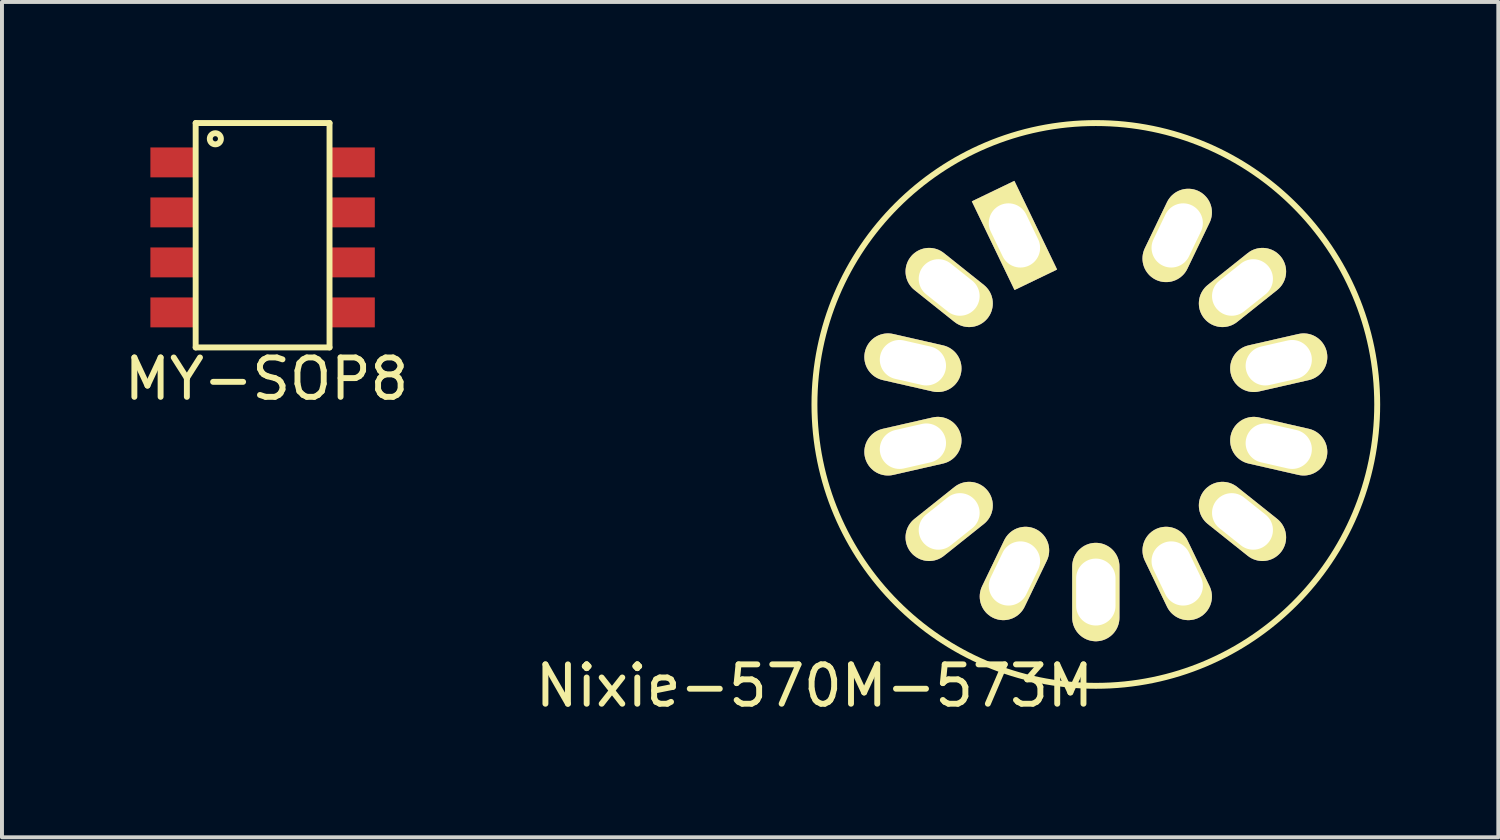
<source format=kicad_pcb>
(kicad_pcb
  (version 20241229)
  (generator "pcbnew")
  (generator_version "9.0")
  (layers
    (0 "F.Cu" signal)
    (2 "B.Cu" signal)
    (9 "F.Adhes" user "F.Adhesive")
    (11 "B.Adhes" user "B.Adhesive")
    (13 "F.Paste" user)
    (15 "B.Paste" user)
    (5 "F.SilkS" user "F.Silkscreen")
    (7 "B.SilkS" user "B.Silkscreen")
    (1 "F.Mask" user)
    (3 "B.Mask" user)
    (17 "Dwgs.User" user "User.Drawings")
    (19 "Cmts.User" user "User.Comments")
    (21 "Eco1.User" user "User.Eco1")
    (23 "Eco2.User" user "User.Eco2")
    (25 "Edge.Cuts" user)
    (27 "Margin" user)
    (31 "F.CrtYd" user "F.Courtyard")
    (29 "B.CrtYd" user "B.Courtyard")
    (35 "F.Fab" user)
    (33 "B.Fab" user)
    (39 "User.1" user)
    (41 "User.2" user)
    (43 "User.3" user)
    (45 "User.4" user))
  (footprint "Nixie-570M-573M"
    (layer "F.Cu")
    (at 24.784 7.223)
    (property "Reference" "Nixie-570M-573M" (at -7.147 7.147 0) (layer "F.SilkS") (effects (font (size 1 1) (thickness 0.15))))
    (attr through_hole)
    (fp_circle (center 0 0) (end 7.147 0) (stroke (width 0.15) (type solid)) (fill no) (layer "F.SilkS"))
    (pad "1" thru_hole rect (at -2.067 -4.293 115.714) (size 2.5 1.2) (drill oval 1.7 1) (layers "*.Cu" "*.Mask" "F.SilkS"))
    (pad "2" thru_hole oval (at -3.725 -2.971 141.428) (size 2.5 1.2) (drill oval 1.7 1) (layers "*.Cu" "*.Mask" "F.SilkS"))
    (pad "3" thru_hole oval (at -4.646 -1.06 167.143) (size 2.5 1.2) (drill oval 1.7 1) (layers "*.Cu" "*.Mask" "F.SilkS"))
    (pad "4" thru_hole oval (at -4.646 1.06 192.857) (size 2.5 1.2) (drill oval 1.7 1) (layers "*.Cu" "*.Mask" "F.SilkS"))
    (pad "5" thru_hole oval (at -3.725 2.971 218.571) (size 2.5 1.2) (drill oval 1.7 1) (layers "*.Cu" "*.Mask" "F.SilkS"))
    (pad "6" thru_hole oval (at -2.067 4.293 244.285) (size 2.5 1.2) (drill oval 1.7 1) (layers "*.Cu" "*.Mask" "F.SilkS"))
    (pad "7" thru_hole oval (at -0.000024 4.765 270) (size 2.5 1.2) (drill oval 1.7 1) (layers "*.Cu" "*.Mask" "F.SilkS"))
    (pad "8" thru_hole oval (at 2.067 4.293 295.714) (size 2.5 1.2) (drill oval 1.7 1) (layers "*.Cu" "*.Mask" "F.SilkS"))
    (pad "9" thru_hole oval (at 3.725 2.971 321.428) (size 2.5 1.2) (drill oval 1.7 1) (layers "*.Cu" "*.Mask" "F.SilkS"))
    (pad "10" thru_hole oval (at 4.646 1.06 347.143) (size 2.5 1.2) (drill oval 1.7 1) (layers "*.Cu" "*.Mask" "F.SilkS"))
    (pad "11" thru_hole oval (at 4.646 -1.06 12.857) (size 2.5 1.2) (drill oval 1.7 1) (layers "*.Cu" "*.Mask" "F.SilkS"))
    (pad "12" thru_hole oval (at 3.725 -2.971 38.571) (size 2.5 1.2) (drill oval 1.7 1) (layers "*.Cu" "*.Mask" "F.SilkS"))
    (pad "13" thru_hole oval (at 2.067 -4.293 64.285) (size 2.5 1.2) (drill oval 1.7 1) (layers "*.Cu" "*.Mask" "F.SilkS")))
  (footprint "MY-SOP8"
    (layer "F.Cu")
    (at 5.92 1.075)
    (property "Reference" "MY-SOP8" (at -2.2 5.5 0) (layer "F.SilkS") (effects (font (size 1 1) (thickness 0.15))))
    (attr through_hole)
    (fp_line (start -4 -1) (end -4 4.7) (stroke (width 0.15) (type solid)) (layer "F.SilkS"))
    (fp_line (start -4 4.7) (end -0.6 4.7) (stroke (width 0.15) (type solid)) (layer "F.SilkS"))
    (fp_line (start -0.6 -1) (end -4 -1) (stroke (width 0.15) (type solid)) (layer "F.SilkS"))
    (fp_line (start -0.6 4.7) (end -0.6 -1) (stroke (width 0.15) (type solid)) (layer "F.SilkS"))
    (fp_circle (center -3.5 -0.6) (end -3.4 -0.5) (stroke (width 0.15) (type solid)) (fill no) (layer "F.SilkS"))
    (pad "1" smd rect (at -4.6 0) (size 1.1 0.76) (layers "F.Cu" "F.Mask" "F.Paste"))
    (pad "2" smd rect (at -4.6 1.27) (size 1.1 0.76) (layers "F.Cu" "F.Mask" "F.Paste"))
    (pad "3" smd rect (at -4.6 2.54) (size 1.1 0.76) (layers "F.Cu" "F.Mask" "F.Paste"))
    (pad "4" smd rect (at -4.6 3.81) (size 1.1 0.76) (layers "F.Cu" "F.Mask" "F.Paste"))
    (pad "5" smd rect (at 0 3.81) (size 1.1 0.76) (layers "F.Cu" "F.Mask" "F.Paste"))
    (pad "6" smd rect (at 0 2.54) (size 1.1 0.76) (layers "F.Cu" "F.Mask" "F.Paste"))
    (pad "7" smd rect (at 0 1.27) (size 1.1 0.76) (layers "F.Cu" "F.Mask" "F.Paste"))
    (pad "8" smd rect (at 0 0) (size 1.1 0.76) (layers "F.Cu" "F.Mask" "F.Paste")))
  (gr_rect
    (start -3 -3)
    (end 35.007 18.218)
    (stroke (width 0.1) (type default))
    (fill no)
    (layer "Edge.Cuts")))
</source>
